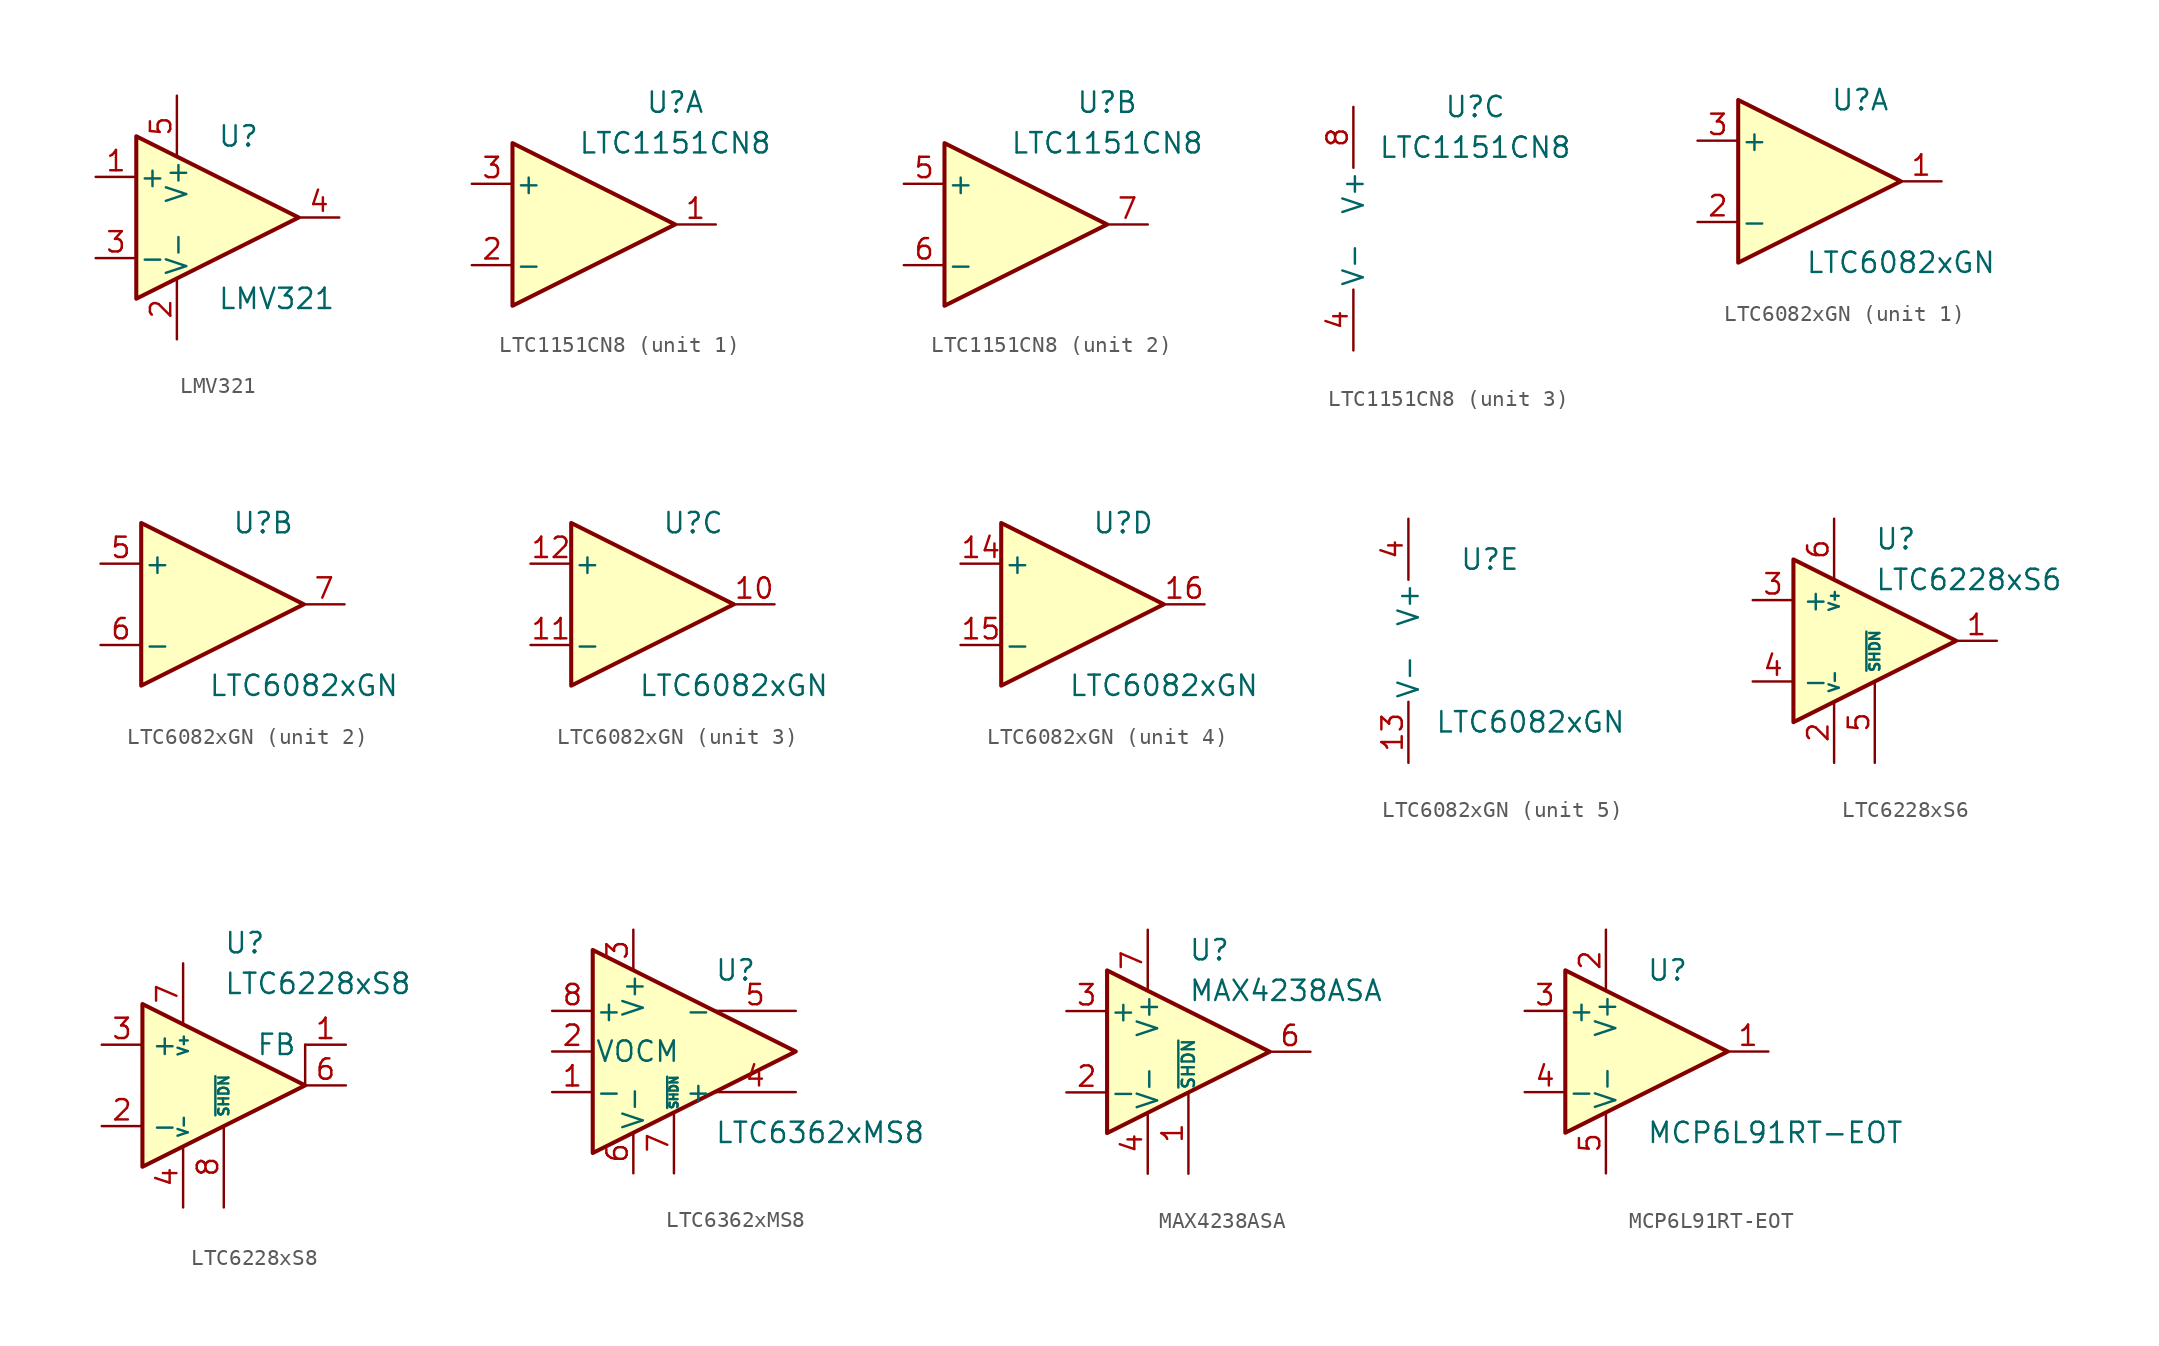
<source format=kicad_sym>
(kicad_symbol_lib
  (version 20211014)
  (generator kicad_symbol_editor)
  (symbol "LMV321"
    (pin_names
      (offset 0.127))
    (property "Reference" "U"
      (at 0 5.08 0)
      (effects (font (size 1.27 1.27)) (justify left)))
    (property "Value" "LMV321"
      (at 0 -5.08 0)
      (effects (font (size 1.27 1.27)) (justify left)))
    (symbol "LMV321_0_1"
      (polyline (pts (xy -5.08 5.08) (xy 5.08 0) (xy -5.08 -5.08) (xy -5.08 5.08)) (stroke (width 0.254) (type default) (color 0 0 0 0)) (fill (type background)))
      (pin power_in line (at -2.54 -7.62 90) (length 3.81) (name "V-" (effects (font (size 1.27 1.27)))) (number "2" (effects (font (size 1.27 1.27)))))
      (pin power_in line (at -2.54 7.62 270) (length 3.81) (name "V+" (effects (font (size 1.27 1.27)))) (number "5" (effects (font (size 1.27 1.27))))))
    (symbol "LMV321_1_1"
      (pin input line (at -7.62 2.54 0) (length 2.54) (name "+" (effects (font (size 1.27 1.27)))) (number "1" (effects (font (size 1.27 1.27)))))
      (pin input line (at -7.62 -2.54 0) (length 2.54) (name "-" (effects (font (size 1.27 1.27)))) (number "3" (effects (font (size 1.27 1.27)))))
      (pin output line (at 7.62 0 180) (length 2.54) (name "~" (effects (font (size 1.27 1.27)))) (number "4" (effects (font (size 1.27 1.27)))))))
  (symbol "LTC1151CN8"
    (pin_names
      (offset 0.127))
    (property "Reference" "U"
      (at 5.08 7.62 0)
      (effects (font (size 1.27 1.27))))
    (property "Value" "LTC1151CN8"
      (at 5.08 5.08 0)
      (effects (font (size 1.27 1.27))))
    (property "ki_locked" ""
      (at 0 0 0)
      (effects (font (size 1.27 1.27))))
    (symbol "LTC1151CN8_1_1"
      (polyline (pts (xy -5.08 5.08) (xy -5.08 -5.08) (xy 5.08 0) (xy -5.08 5.08)) (stroke (width 0.254) (type default) (color 0 0 0 0)) (fill (type background)))
      (pin output line (at 7.62 0 180) (length 2.54) (name "~" (effects (font (size 1.27 1.27)))) (number "1" (effects (font (size 1.27 1.27)))))
      (pin input line (at -7.62 -2.54 0) (length 2.54) (name "-" (effects (font (size 1.27 1.27)))) (number "2" (effects (font (size 1.27 1.27)))))
      (pin input line (at -7.62 2.54 0) (length 2.54) (name "+" (effects (font (size 1.27 1.27)))) (number "3" (effects (font (size 1.27 1.27))))))
    (symbol "LTC1151CN8_2_1"
      (polyline (pts (xy -5.08 5.08) (xy -5.08 -5.08) (xy 5.08 0) (xy -5.08 5.08)) (stroke (width 0.254) (type default) (color 0 0 0 0)) (fill (type background)))
      (pin input line (at -7.62 2.54 0) (length 2.54) (name "+" (effects (font (size 1.27 1.27)))) (number "5" (effects (font (size 1.27 1.27)))))
      (pin input line (at -7.62 -2.54 0) (length 2.54) (name "-" (effects (font (size 1.27 1.27)))) (number "6" (effects (font (size 1.27 1.27)))))
      (pin output line (at 7.62 0 180) (length 2.54) (name "~" (effects (font (size 1.27 1.27)))) (number "7" (effects (font (size 1.27 1.27))))))
    (symbol "LTC1151CN8_3_1"
      (pin power_in line (at -2.54 -7.62 90) (length 3.81) (name "V-" (effects (font (size 1.27 1.27)))) (number "4" (effects (font (size 1.27 1.27)))))
      (pin power_in line (at -2.54 7.62 270) (length 3.81) (name "V+" (effects (font (size 1.27 1.27)))) (number "8" (effects (font (size 1.27 1.27)))))))
  (symbol "LTC6082xGN"
    (pin_names
      (offset 0.127))
    (property "Reference" "U"
      (at 2.54 5.08 0)
      (effects (font (size 1.27 1.27))))
    (property "Value" "LTC6082xGN"
      (at 5.08 -5.08 0)
      (effects (font (size 1.27 1.27))))
    (property "ki_locked" ""
      (at 0 0 0)
      (effects (font (size 1.27 1.27))))
    (symbol "LTC6082xGN_1_1"
      (polyline (pts (xy -5.08 5.08) (xy 5.08 0) (xy -5.08 -5.08) (xy -5.08 5.08)) (stroke (width 0.254) (type default) (color 0 0 0 0)) (fill (type background)))
      (pin output line (at 7.62 0 180) (length 2.54) (name "~" (effects (font (size 1.27 1.27)))) (number "1" (effects (font (size 1.27 1.27)))))
      (pin input line (at -7.62 -2.54 0) (length 2.54) (name "-" (effects (font (size 1.27 1.27)))) (number "2" (effects (font (size 1.27 1.27)))))
      (pin input line (at -7.62 2.54 0) (length 2.54) (name "+" (effects (font (size 1.27 1.27)))) (number "3" (effects (font (size 1.27 1.27)))))
      (pin no_connect line (at -2.54 -2.54 90) (length 2.54) hide (name "NC" (effects (font (size 1.27 1.27)))) (number "8" (effects (font (size 1.27 1.27)))))
      (pin no_connect line (at 0 -2.54 90) (length 2.54) hide (name "NC" (effects (font (size 1.27 1.27)))) (number "9" (effects (font (size 1.27 1.27))))))
    (symbol "LTC6082xGN_2_1"
      (polyline (pts (xy -5.08 5.08) (xy 5.08 0) (xy -5.08 -5.08) (xy -5.08 5.08)) (stroke (width 0.254) (type default) (color 0 0 0 0)) (fill (type background)))
      (pin input line (at -7.62 2.54 0) (length 2.54) (name "+" (effects (font (size 1.27 1.27)))) (number "5" (effects (font (size 1.27 1.27)))))
      (pin input line (at -7.62 -2.54 0) (length 2.54) (name "-" (effects (font (size 1.27 1.27)))) (number "6" (effects (font (size 1.27 1.27)))))
      (pin output line (at 7.62 0 180) (length 2.54) (name "~" (effects (font (size 1.27 1.27)))) (number "7" (effects (font (size 1.27 1.27))))))
    (symbol "LTC6082xGN_3_1"
      (polyline (pts (xy -5.08 5.08) (xy 5.08 0) (xy -5.08 -5.08) (xy -5.08 5.08)) (stroke (width 0.254) (type default) (color 0 0 0 0)) (fill (type background)))
      (pin output line (at 7.62 0 180) (length 2.54) (name "~" (effects (font (size 1.27 1.27)))) (number "10" (effects (font (size 1.27 1.27)))))
      (pin input line (at -7.62 -2.54 0) (length 2.54) (name "-" (effects (font (size 1.27 1.27)))) (number "11" (effects (font (size 1.27 1.27)))))
      (pin input line (at -7.62 2.54 0) (length 2.54) (name "+" (effects (font (size 1.27 1.27)))) (number "12" (effects (font (size 1.27 1.27))))))
    (symbol "LTC6082xGN_4_1"
      (polyline (pts (xy -5.08 5.08) (xy 5.08 0) (xy -5.08 -5.08) (xy -5.08 5.08)) (stroke (width 0.254) (type default) (color 0 0 0 0)) (fill (type background)))
      (pin input line (at -7.62 2.54 0) (length 2.54) (name "+" (effects (font (size 1.27 1.27)))) (number "14" (effects (font (size 1.27 1.27)))))
      (pin input line (at -7.62 -2.54 0) (length 2.54) (name "-" (effects (font (size 1.27 1.27)))) (number "15" (effects (font (size 1.27 1.27)))))
      (pin output line (at 7.62 0 180) (length 2.54) (name "~" (effects (font (size 1.27 1.27)))) (number "16" (effects (font (size 1.27 1.27))))))
    (symbol "LTC6082xGN_5_1"
      (pin power_in line (at -2.54 -7.62 90) (length 3.81) (name "V-" (effects (font (size 1.27 1.27)))) (number "13" (effects (font (size 1.27 1.27)))))
      (pin power_in line (at -2.54 7.62 270) (length 3.81) (name "V+" (effects (font (size 1.27 1.27)))) (number "4" (effects (font (size 1.27 1.27)))))))
  (symbol "LTC6228xS6"
    (property "Reference" "U"
      (at 0 6.35 0)
      (effects (font (size 1.27 1.27)) (justify left)))
    (property "Value" "LTC6228xS6"
      (at 0 3.81 0)
      (effects (font (size 1.27 1.27)) (justify left)))
    (symbol "LTC6228xS6_0_1"
      (polyline (pts (xy 5.08 0) (xy -5.08 5.08) (xy -5.08 -5.08) (xy 5.08 0)) (stroke (width 0.254) (type default) (color 0 0 0 0)) (fill (type background))))
    (symbol "LTC6228xS6_1_1"
      (pin output line (at 7.62 0 180) (length 2.54) (name "~" (effects (font (size 1.27 1.27)))) (number "1" (effects (font (size 1.27 1.27)))))
      (pin power_in line (at -2.54 -7.62 90) (length 3.81) (name "V-" (effects (font (size 0.635 0.635)))) (number "2" (effects (font (size 1.27 1.27)))))
      (pin input line (at -7.62 2.54 0) (length 2.54) (name "+" (effects (font (size 1.27 1.27)))) (number "3" (effects (font (size 1.27 1.27)))))
      (pin input line (at -7.62 -2.54 0) (length 2.54) (name "-" (effects (font (size 1.27 1.27)))) (number "4" (effects (font (size 1.27 1.27)))))
      (pin input line (at 0 -7.62 90) (length 5.08) (name "~{SHDN}" (effects (font (size 0.635 0.635)))) (number "5" (effects (font (size 1.27 1.27)))))
      (pin power_in line (at -2.54 7.62 270) (length 3.81) (name "V+" (effects (font (size 0.635 0.635)))) (number "6" (effects (font (size 1.27 1.27)))))))
  (symbol "LTC6228xS8"
    (property "Reference" "U"
      (at 0 8.89 0)
      (effects (font (size 1.27 1.27)) (justify left)))
    (property "Value" "LTC6228xS8"
      (at 0 6.35 0)
      (effects (font (size 1.27 1.27)) (justify left)))
    (symbol "LTC6228xS8_0_1"
      (polyline (pts (xy 5.08 0) (xy 5.08 2.54)) (stroke (width 0.152) (type default) (color 0 0 0 0)) (fill (type none)))
      (polyline (pts (xy 5.08 0) (xy -5.08 5.08) (xy -5.08 -5.08) (xy 5.08 0)) (stroke (width 0.254) (type default) (color 0 0 0 0)) (fill (type background))))
    (symbol "LTC6228xS8_1_1"
      (pin output line (at 7.62 2.54 180) (length 2.54) (name "FB" (effects (font (size 1.27 1.27)))) (number "1" (effects (font (size 1.27 1.27)))))
      (pin input line (at -7.62 -2.54 0) (length 2.54) (name "-" (effects (font (size 1.27 1.27)))) (number "2" (effects (font (size 1.27 1.27)))))
      (pin input line (at -7.62 2.54 0) (length 2.54) (name "+" (effects (font (size 1.27 1.27)))) (number "3" (effects (font (size 1.27 1.27)))))
      (pin power_in line (at -2.54 -7.62 90) (length 3.81) (name "V-" (effects (font (size 0.635 0.635)))) (number "4" (effects (font (size 1.27 1.27)))))
      (pin passive line (at -2.54 -7.62 90) (length 3.81) hide (name "V-" (effects (font (size 0.635 0.635)))) (number "5" (effects (font (size 1.27 1.27)))))
      (pin output line (at 7.62 0 180) (length 2.54) (name "~" (effects (font (size 1.27 1.27)))) (number "6" (effects (font (size 1.27 1.27)))))
      (pin power_in line (at -2.54 7.62 270) (length 3.81) (name "V+" (effects (font (size 0.635 0.635)))) (number "7" (effects (font (size 1.27 1.27)))))
      (pin input line (at 0 -7.62 90) (length 5.08) (name "~{SHDN}" (effects (font (size 0.635 0.635)))) (number "8" (effects (font (size 1.27 1.27)))))))
  (symbol "LTC6362xMS8"
    (pin_names
      (offset 0.127))
    (property "Reference" "U"
      (at 2.54 5.08 0)
      (effects (font (size 1.27 1.27)) (justify left)))
    (property "Value" "LTC6362xMS8"
      (at 2.54 -5.08 0)
      (effects (font (size 1.27 1.27)) (justify left)))
    (symbol "LTC6362xMS8_0_1"
      (polyline (pts (xy -5.08 6.35) (xy -5.08 -6.35) (xy 7.62 0) (xy -5.08 6.35)) (stroke (width 0.254) (type default) (color 0 0 0 0)) (fill (type background))))
    (symbol "LTC6362xMS8_1_1"
      (pin input line (at -7.62 -2.54 0) (length 2.54) (name "-" (effects (font (size 1.27 1.27)))) (number "1" (effects (font (size 1.27 1.27)))))
      (pin input line (at -7.62 0 0) (length 2.54) (name "VOCM" (effects (font (size 1.27 1.27)))) (number "2" (effects (font (size 1.27 1.27)))))
      (pin power_in line (at -2.54 7.62 270) (length 2.54) (name "V+" (effects (font (size 1.27 1.27)))) (number "3" (effects (font (size 1.27 1.27)))))
      (pin output line (at 7.62 -2.54 180) (length 5.08) (name "+" (effects (font (size 1.27 1.27)))) (number "4" (effects (font (size 1.27 1.27)))))
      (pin output line (at 7.62 2.54 180) (length 5.08) (name "-" (effects (font (size 1.27 1.27)))) (number "5" (effects (font (size 1.27 1.27)))))
      (pin power_in line (at -2.54 -7.62 90) (length 2.54) (name "V-" (effects (font (size 1.27 1.27)))) (number "6" (effects (font (size 1.27 1.27)))))
      (pin input line (at 0 -7.62 90) (length 3.81) (name "~{SHDN}" (effects (font (size 0.508 0.508)))) (number "7" (effects (font (size 1.27 1.27)))))
      (pin input line (at -7.62 2.54 0) (length 2.54) (name "+" (effects (font (size 1.27 1.27)))) (number "8" (effects (font (size 1.27 1.27)))))))
  (symbol "MAX4238ASA"
    (pin_names
      (offset 0.127))
    (property "Reference" "U"
      (at 0 6.35 0)
      (effects (font (size 1.27 1.27)) (justify left)))
    (property "Value" "MAX4238ASA"
      (at 0 3.81 0)
      (effects (font (size 1.27 1.27)) (justify left)))
    (symbol "MAX4238ASA_0_1"
      (polyline (pts (xy -5.08 5.08) (xy 5.08 0) (xy -5.08 -5.08) (xy -5.08 5.08)) (stroke (width 0.254) (type default) (color 0 0 0 0)) (fill (type background))))
    (symbol "MAX4238ASA_1_1"
      (pin input line (at 0 -7.62 90) (length 5.08) (name "~{SHDN}" (effects (font (size 0.762 0.762)))) (number "1" (effects (font (size 1.27 1.27)))))
      (pin input line (at -7.62 -2.54 0) (length 2.54) (name "-" (effects (font (size 1.27 1.27)))) (number "2" (effects (font (size 1.27 1.27)))))
      (pin input line (at -7.62 2.54 0) (length 2.54) (name "+" (effects (font (size 1.27 1.27)))) (number "3" (effects (font (size 1.27 1.27)))))
      (pin power_in line (at -2.54 -7.62 90) (length 3.81) (name "V-" (effects (font (size 1.27 1.27)))) (number "4" (effects (font (size 1.27 1.27)))))
      (pin no_connect line (at 0 -2.54 90) (length 2.54) hide (name "NC" (effects (font (size 1.27 1.27)))) (number "5" (effects (font (size 1.27 1.27)))))
      (pin output line (at 7.62 0 180) (length 2.54) (name "~" (effects (font (size 1.27 1.27)))) (number "6" (effects (font (size 1.27 1.27)))))
      (pin power_in line (at -2.54 7.62 270) (length 3.81) (name "V+" (effects (font (size 1.27 1.27)))) (number "7" (effects (font (size 1.27 1.27)))))
      (pin no_connect line (at 0 2.54 270) (length 2.54) hide (name "NC" (effects (font (size 1.27 1.27)))) (number "8" (effects (font (size 1.27 1.27)))))))
  (symbol "MCP6L91RT-EOT"
    (pin_names
      (offset 0.127))
    (property "Reference" "U"
      (at 0 5.08 0)
      (effects (font (size 1.27 1.27)) (justify left)))
    (property "Value" "MCP6L91RT-EOT"
      (at 0 -5.08 0)
      (effects (font (size 1.27 1.27)) (justify left)))
    (symbol "MCP6L91RT-EOT_0_1"
      (polyline (pts (xy -5.08 5.08) (xy 5.08 0) (xy -5.08 -5.08) (xy -5.08 5.08)) (stroke (width 0.254) (type default) (color 0 0 0 0)) (fill (type background)))
      (pin power_in line (at -2.54 7.62 270) (length 3.81) (name "V+" (effects (font (size 1.27 1.27)))) (number "2" (effects (font (size 1.27 1.27)))))
      (pin power_in line (at -2.54 -7.62 90) (length 3.81) (name "V-" (effects (font (size 1.27 1.27)))) (number "5" (effects (font (size 1.27 1.27))))))
    (symbol "MCP6L91RT-EOT_1_1"
      (pin output line (at 7.62 0 180) (length 2.54) (name "~" (effects (font (size 1.27 1.27)))) (number "1" (effects (font (size 1.27 1.27)))))
      (pin input line (at -7.62 2.54 0) (length 2.54) (name "+" (effects (font (size 1.27 1.27)))) (number "3" (effects (font (size 1.27 1.27)))))
      (pin input line (at -7.62 -2.54 0) (length 2.54) (name "-" (effects (font (size 1.27 1.27)))) (number "4" (effects (font (size 1.27 1.27))))))))
</source>
